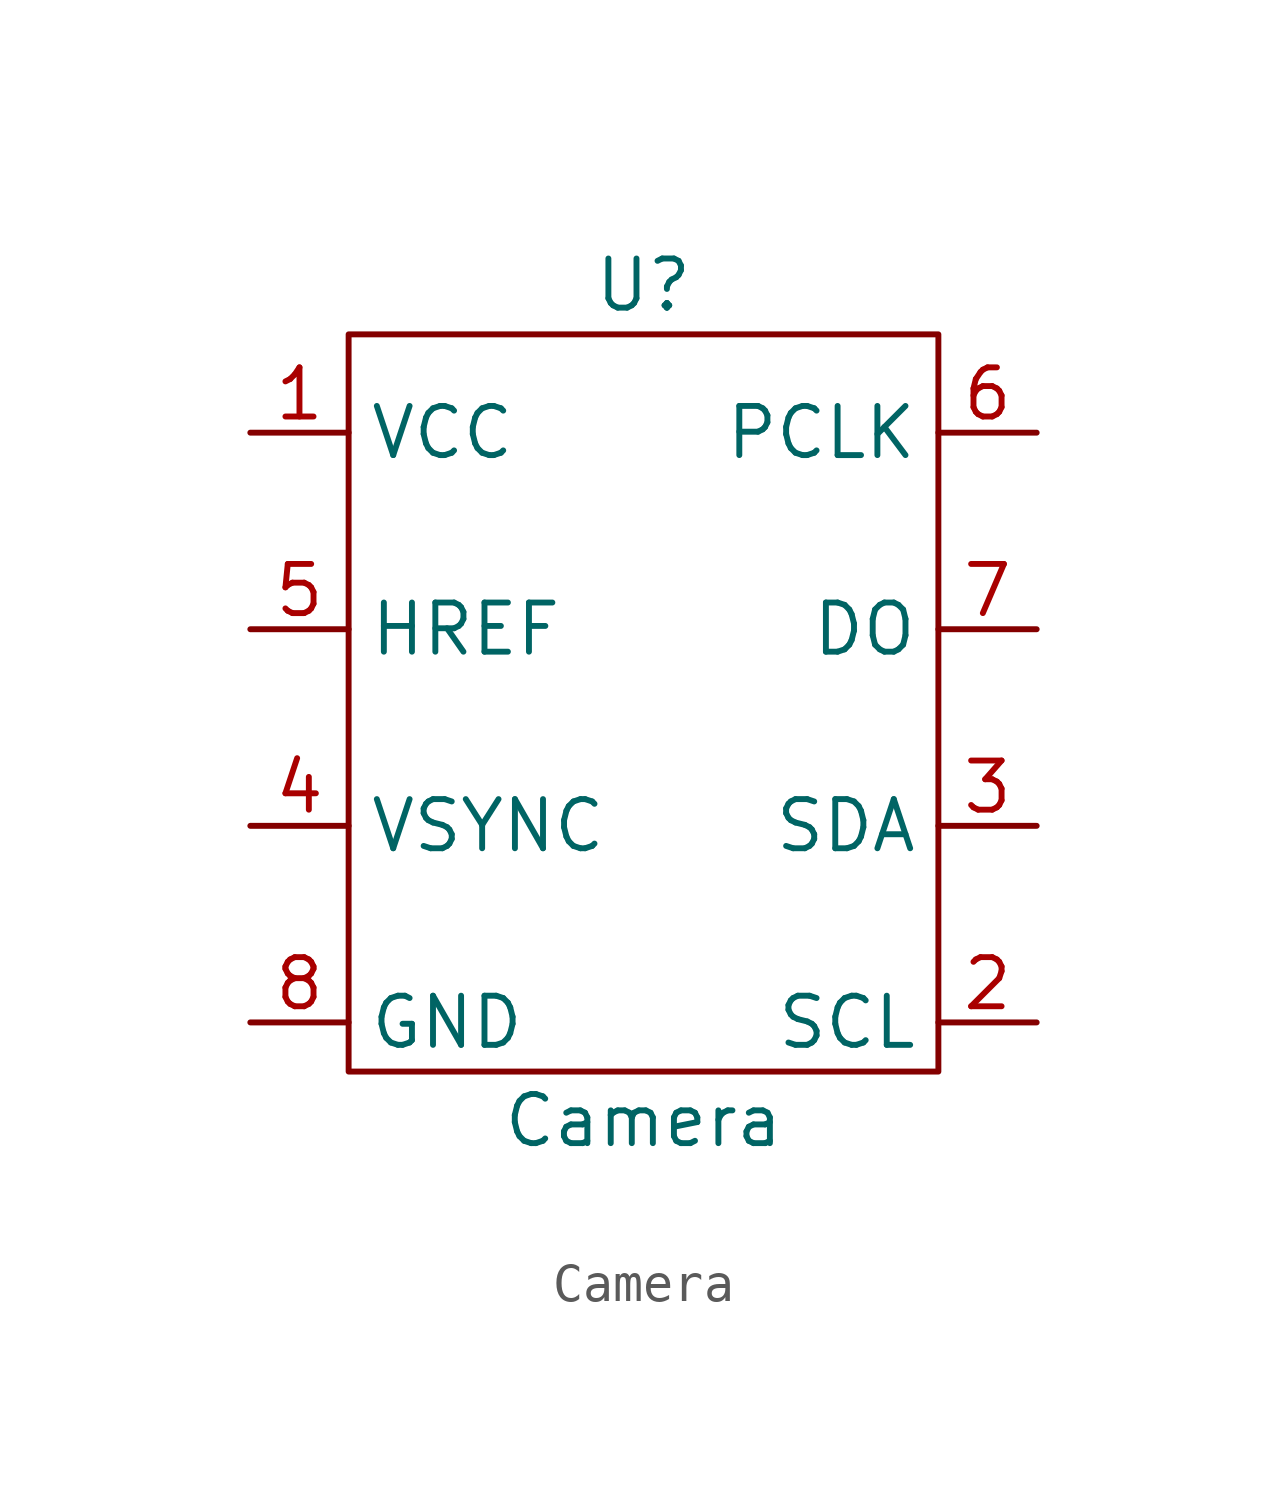
<source format=kicad_sym>
(kicad_symbol_lib
  (version 20231120)
  (generator "kicad_symbol_editor")
  (generator_version "8.0")
  (symbol "Camera"
    (property "Reference" "U"
      (at 0 11.43 0)
      (effects (font (size 1.27 1.27))))
    (property "Value" "Camera"
      (at 0 -10.16 0)
      (effects (font (size 1.27 1.27))))
    (symbol "Camera_0_0"
      (text_box "" (at -7.62 10.16 0) (size 15.24 -19.05) (stroke (width 0) (type default)) (fill (type none)) (effects (font (size 1.27 1.27)) (justify left top))))
    (symbol "Camera_1_1"
      (pin input line (at -10.16 7.62 0) (length 2.54) (name "VCC" (effects (font (size 1.27 1.27)))) (number "1" (effects (font (size 1.27 1.27)))))
      (pin input line (at 10.16 -7.62 180) (length 2.54) (name "SCL" (effects (font (size 1.27 1.27)))) (number "2" (effects (font (size 1.27 1.27)))))
      (pin input line (at 10.16 -2.54 180) (length 2.54) (name "SDA" (effects (font (size 1.27 1.27)))) (number "3" (effects (font (size 1.27 1.27)))))
      (pin input line (at -10.16 -2.54 0) (length 2.54) (name "VSYNC" (effects (font (size 1.27 1.27)))) (number "4" (effects (font (size 1.27 1.27)))))
      (pin input line (at -10.16 2.54 0) (length 2.54) (name "HREF" (effects (font (size 1.27 1.27)))) (number "5" (effects (font (size 1.27 1.27)))))
      (pin input line (at 10.16 7.62 180) (length 2.54) (name "PCLK" (effects (font (size 1.27 1.27)))) (number "6" (effects (font (size 1.27 1.27)))))
      (pin input line (at 10.16 2.54 180) (length 2.54) (name "DO" (effects (font (size 1.27 1.27)))) (number "7" (effects (font (size 1.27 1.27)))))
      (pin input line (at -10.16 -7.62 0) (length 2.54) (name "GND" (effects (font (size 1.27 1.27)))) (number "8" (effects (font (size 1.27 1.27))))))))
</source>
